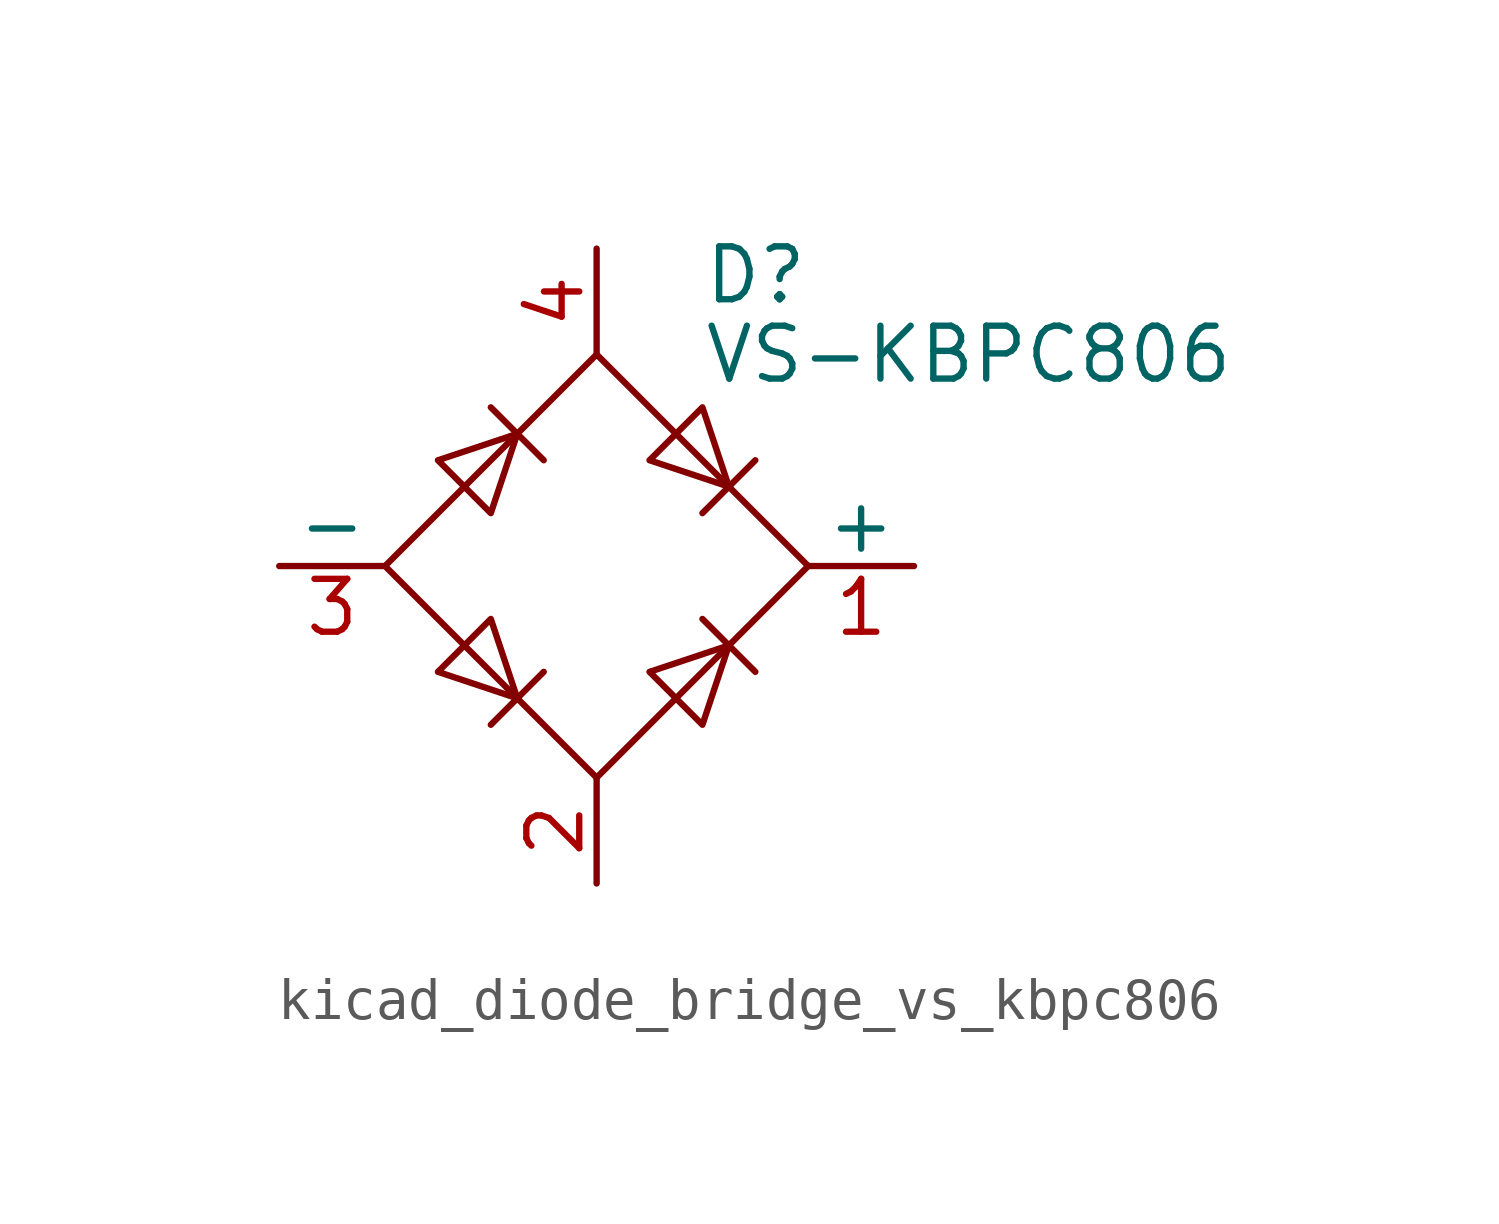
<source format=kicad_sym>
(kicad_symbol_lib
  (version 20220914)
  (generator kicad_symbol_editor)
  (symbol "kicad_diode_bridge_vs_kbpc806"
    (pin_names
      (offset 0))
    (property "Reference" "D"
      (at 2.54 6.985 0)
      (effects (font (size 1.27 1.27)) (justify left)))
    (property "Value" "VS-KBPC806"
      (at 2.54 5.08 0)
      (effects (font (size 1.27 1.27)) (justify left)))
    (symbol "kicad_diode_bridge_vs_kbpc806_0_1"
      (polyline (pts (xy -2.54 3.81) (xy -1.27 2.54)) (stroke (width 0) (type default)) (fill (type none)))
      (polyline (pts (xy -1.27 -2.54) (xy -2.54 -3.81)) (stroke (width 0) (type default)) (fill (type none)))
      (polyline (pts (xy 2.54 -1.27) (xy 3.81 -2.54)) (stroke (width 0) (type default)) (fill (type none)))
      (polyline (pts (xy 2.54 1.27) (xy 3.81 2.54)) (stroke (width 0) (type default)) (fill (type none)))
      (polyline (pts (xy -3.81 2.54) (xy -2.54 1.27) (xy -1.905 3.175) (xy -3.81 2.54)) (stroke (width 0) (type default)) (fill (type none)))
      (polyline (pts (xy -2.54 -1.27) (xy -3.81 -2.54) (xy -1.905 -3.175) (xy -2.54 -1.27)) (stroke (width 0) (type default)) (fill (type none)))
      (polyline (pts (xy 1.27 2.54) (xy 2.54 3.81) (xy 3.175 1.905) (xy 1.27 2.54)) (stroke (width 0) (type default)) (fill (type none)))
      (polyline (pts (xy 3.175 -1.905) (xy 1.27 -2.54) (xy 2.54 -3.81) (xy 3.175 -1.905)) (stroke (width 0) (type default)) (fill (type none)))
      (polyline (pts (xy -5.08 0) (xy 0 -5.08) (xy 5.08 0) (xy 0 5.08) (xy -5.08 0)) (stroke (width 0) (type default)) (fill (type none))))
    (symbol "kicad_diode_bridge_vs_kbpc806_1_1"
      (pin passive line (at 7.62 0 180) (length 2.54) (name "+" (effects (font (size 1.27 1.27)))) (number "1" (effects (font (size 1.27 1.27)))))
      (pin passive line (at 0 -7.62 90) (length 2.54) (name "~" (effects (font (size 1.27 1.27)))) (number "2" (effects (font (size 1.27 1.27)))))
      (pin passive line (at -7.62 0 0) (length 2.54) (name "-" (effects (font (size 1.27 1.27)))) (number "3" (effects (font (size 1.27 1.27)))))
      (pin passive line (at 0 7.62 270) (length 2.54) (name "~" (effects (font (size 1.27 1.27)))) (number "4" (effects (font (size 1.27 1.27))))))))
</source>
